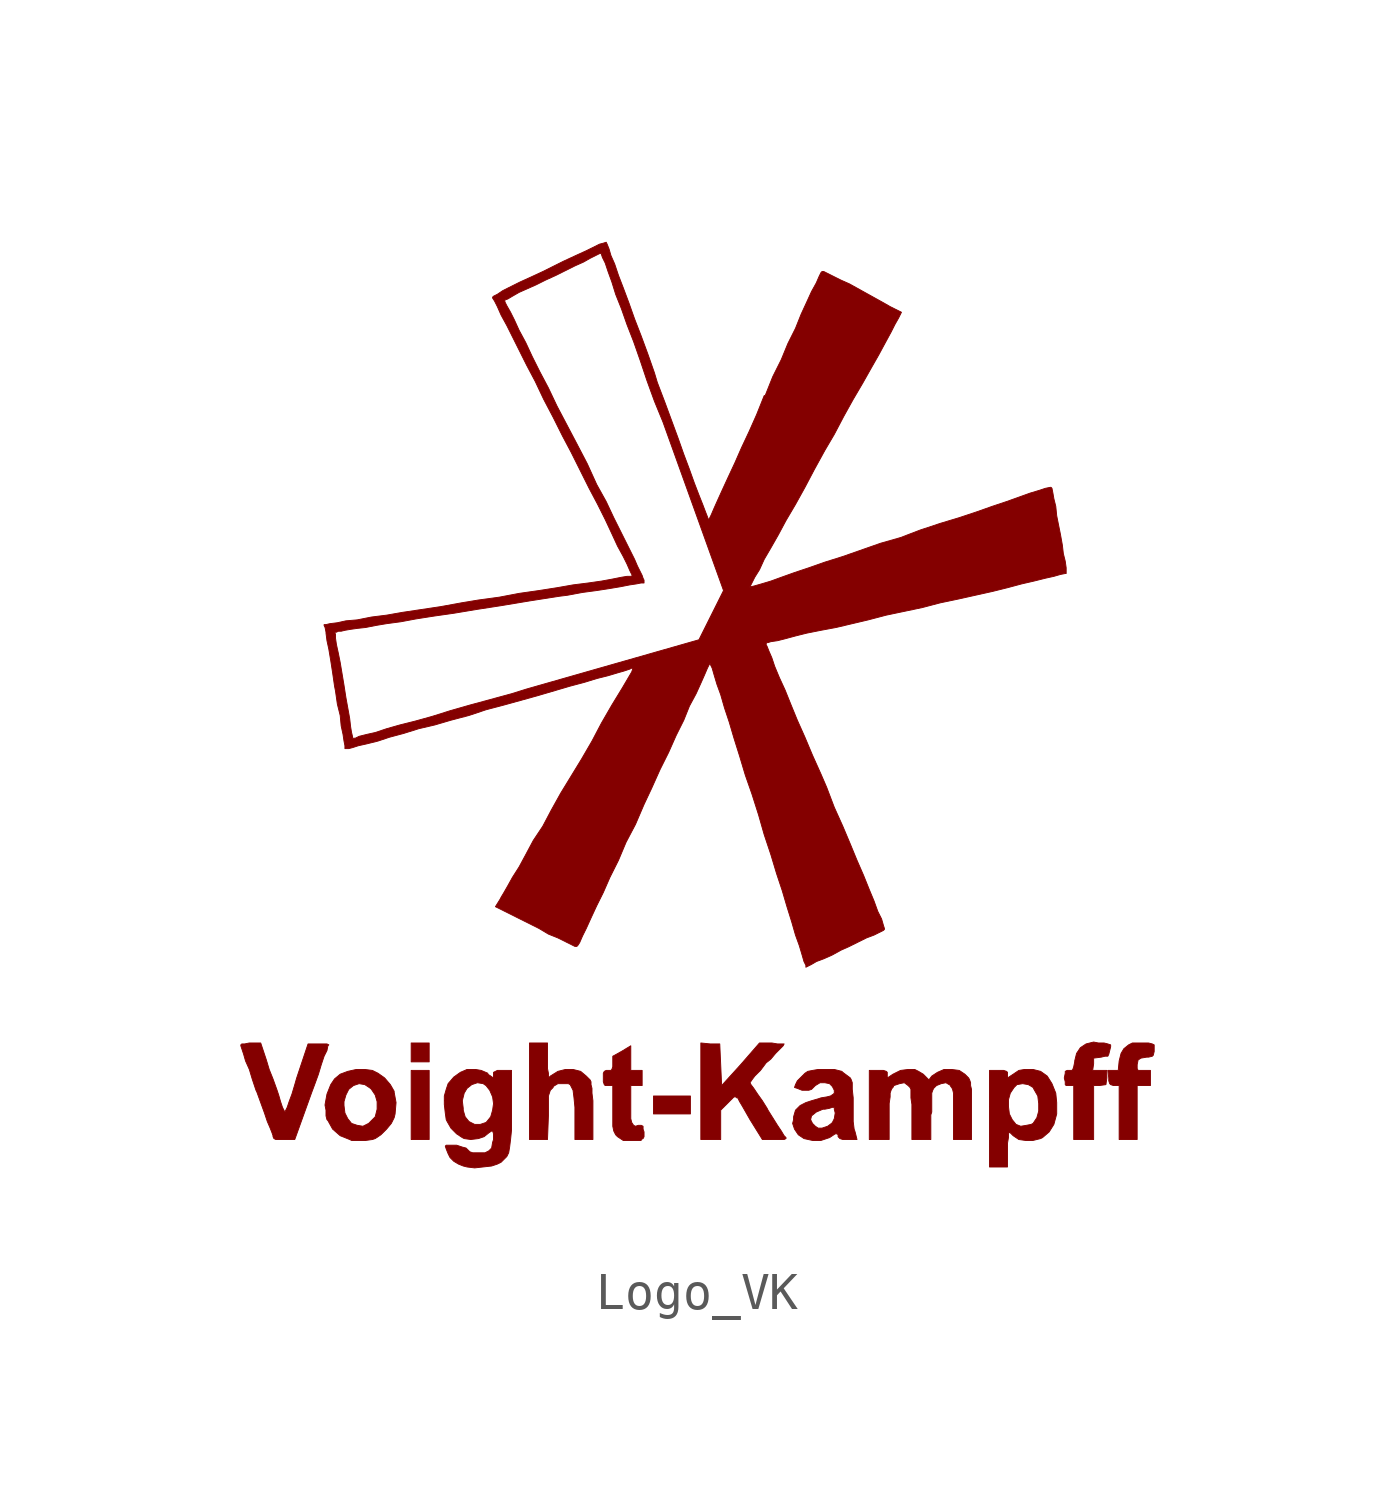
<source format=kicad_sym>
(kicad_symbol_lib
  (version 20201005)
  (generator kicad_symbol_editor)
  (symbol "NB3_power:Logo_VK"
    (pin_names
      (offset 1.016))
    (property "Reference" "#G"
      (at 0 -13.97 0)
      (effects (font (size 1.27 1.27)) hide))
    (symbol "Logo_VK_0_0"
      (polyline (pts (xy -7.188 -9.83) (xy -7.671 -9.83) (xy -7.671 -11.684) (xy -7.188 -11.684) (xy -7.188 -9.83)) (stroke (width 0.025)) (fill (type outline)))
      (polyline (pts (xy -7.188 -9.093) (xy -7.671 -9.093) (xy -7.671 -9.601) (xy -7.188 -9.601) (xy -7.188 -9.093)) (stroke (width 0.025)) (fill (type outline)))
      (polyline (pts (xy -0.178 -10.516) (xy -1.168 -10.516) (xy -1.168 -10.998) (xy -0.178 -10.998) (xy -0.178 -10.516)) (stroke (width 0.025)) (fill (type outline)))
      (polyline (pts (xy 11.811 -10.236) (xy 12.167 -10.236) (xy 12.167 -9.83) (xy 11.836 -9.83) (xy 11.811 -9.779) (xy 11.811 -9.677) (xy 11.836 -9.55) (xy 11.913 -9.5) (xy 12.065 -9.474) (xy 12.116 -9.474) (xy 12.217 -9.449) (xy 12.243 -9.423) (xy 12.268 -9.322) (xy 12.268 -9.144) (xy 12.217 -9.119) (xy 12.116 -9.093) (xy 11.684 -9.093) (xy 11.582 -9.144) (xy 11.455 -9.246) (xy 11.379 -9.373) (xy 11.328 -9.576) (xy 11.303 -9.83) (xy 11.024 -9.83) (xy 11.049 -10.033) (xy 11.049 -10.109) (xy 11.074 -10.185) (xy 11.1 -10.211) (xy 11.176 -10.236) (xy 11.328 -10.236) (xy 11.328 -11.684) (xy 11.811 -11.684) (xy 11.811 -10.236)) (stroke (width 0.025)) (fill (type outline)))
      (polyline (pts (xy -3.988 -11.049) (xy -3.988 -10.516) (xy -3.937 -10.363) (xy -3.861 -10.287) (xy -3.861 -10.262) (xy -3.734 -10.185) (xy -3.454 -10.185) (xy -3.404 -10.211) (xy -3.327 -10.363) (xy -3.302 -10.566) (xy -3.277 -10.82) (xy -3.277 -11.684) (xy -2.794 -11.684) (xy -2.794 -10.643) (xy -2.819 -10.439) (xy -2.819 -10.312) (xy -2.845 -10.211) (xy -2.845 -10.135) (xy -2.87 -10.084) (xy -2.972 -9.982) (xy -3.124 -9.855) (xy -3.327 -9.804) (xy -3.531 -9.804) (xy -3.734 -9.855) (xy -3.937 -9.982) (xy -3.962 -10.008) (xy -3.988 -10.008) (xy -3.988 -9.906) (xy -4.013 -9.779) (xy -4.013 -9.093) (xy -4.496 -9.093) (xy -4.496 -11.684) (xy -4.013 -11.684) (xy -3.988 -11.049)) (stroke (width 0.025)) (fill (type outline)))
      (polyline (pts (xy -1.499 -11.684) (xy -1.448 -11.659) (xy -1.422 -11.608) (xy -1.422 -11.481) (xy -1.448 -11.405) (xy -1.448 -11.328) (xy -1.499 -11.303) (xy -1.575 -11.303) (xy -1.651 -11.328) (xy -1.702 -11.303) (xy -1.753 -11.227) (xy -1.778 -11.125) (xy -1.778 -10.236) (xy -1.473 -10.236) (xy -1.473 -9.83) (xy -1.778 -9.83) (xy -1.778 -9.169) (xy -2.032 -9.322) (xy -2.261 -9.449) (xy -2.261 -9.728) (xy -2.286 -9.804) (xy -2.311 -9.83) (xy -2.438 -9.83) (xy -2.489 -9.855) (xy -2.515 -9.906) (xy -2.515 -10.135) (xy -2.489 -10.211) (xy -2.464 -10.236) (xy -2.261 -10.236) (xy -2.261 -11.328) (xy -2.235 -11.455) (xy -2.184 -11.557) (xy -2.134 -11.608) (xy -1.981 -11.709) (xy -1.499 -11.709) (xy -1.499 -11.684)) (stroke (width 0.025)) (fill (type outline)))
      (polyline (pts (xy 10.643 -10.236) (xy 10.795 -10.236) (xy 10.973 -10.211) (xy 10.998 -10.033) (xy 10.998 -9.83) (xy 10.617 -9.83) (xy 10.643 -9.652) (xy 10.643 -9.5) (xy 10.846 -9.474) (xy 10.947 -9.449) (xy 11.024 -9.449) (xy 11.049 -9.398) (xy 11.1 -9.195) (xy 11.1 -9.144) (xy 11.024 -9.119) (xy 10.922 -9.093) (xy 10.77 -9.093) (xy 10.643 -9.068) (xy 10.439 -9.119) (xy 10.287 -9.22) (xy 10.185 -9.373) (xy 10.135 -9.576) (xy 10.135 -9.601) (xy 10.109 -9.728) (xy 10.084 -9.804) (xy 10.058 -9.83) (xy 9.931 -9.83) (xy 9.881 -9.855) (xy 9.881 -9.906) (xy 9.855 -10.033) (xy 9.881 -10.135) (xy 9.881 -10.211) (xy 9.906 -10.236) (xy 10.109 -10.236) (xy 10.109 -11.684) (xy 10.643 -11.684) (xy 10.643 -10.236)) (stroke (width 0.025)) (fill (type outline)))
      (polyline (pts (xy 0.635 -10.897) (xy 0.991 -10.541) (xy 1.041 -10.541) (xy 1.067 -10.566) (xy 1.092 -10.566) (xy 1.143 -10.668) (xy 1.219 -10.795) (xy 1.422 -11.151) (xy 1.753 -11.684) (xy 2.337 -11.684) (xy 2.388 -11.659) (xy 2.388 -11.633) (xy 2.337 -11.582) (xy 2.261 -11.455) (xy 2.159 -11.303) (xy 1.905 -10.897) (xy 1.88 -10.846) (xy 1.753 -10.643) (xy 1.626 -10.465) (xy 1.524 -10.312) (xy 1.448 -10.211) (xy 1.422 -10.16) (xy 1.473 -10.084) (xy 1.549 -9.982) (xy 1.702 -9.83) (xy 1.854 -9.627) (xy 1.981 -9.525) (xy 2.108 -9.373) (xy 2.311 -9.169) (xy 2.337 -9.119) (xy 2.159 -9.119) (xy 2.007 -9.093) (xy 1.676 -9.093) (xy 1.168 -9.677) (xy 0.66 -10.236) (xy 0.61 -9.119) (xy 0.356 -9.119) (xy 0.102 -9.093) (xy 0.102 -11.684) (xy 0.635 -11.684) (xy 0.635 -10.897)) (stroke (width 0.025)) (fill (type outline)))
      (polyline (pts (xy -10.338 -10.414) (xy -10.262 -10.211) (xy -10.16 -9.931) (xy -10.084 -9.677) (xy -10.008 -9.449) (xy -9.931 -9.296) (xy -9.906 -9.169) (xy -9.881 -9.144) (xy -9.931 -9.119) (xy -10.439 -9.119) (xy -10.744 -10.033) (xy -10.795 -10.211) (xy -10.871 -10.465) (xy -10.947 -10.668) (xy -10.998 -10.82) (xy -11.049 -10.922) (xy -11.049 -10.947) (xy -11.074 -10.922) (xy -11.125 -10.82) (xy -11.176 -10.668) (xy -11.227 -10.49) (xy -11.278 -10.338) (xy -11.379 -10.058) (xy -11.481 -9.804) (xy -11.557 -9.55) (xy -11.709 -9.093) (xy -12.014 -9.093) (xy -12.141 -9.119) (xy -12.217 -9.119) (xy -12.243 -9.144) (xy -12.243 -9.169) (xy -12.167 -9.398) (xy -12.116 -9.576) (xy -12.014 -9.804) (xy -11.938 -10.058) (xy -11.836 -10.363) (xy -11.811 -10.414) (xy -11.608 -10.973) (xy -11.532 -11.201) (xy -11.455 -11.379) (xy -11.405 -11.506) (xy -11.379 -11.582) (xy -11.379 -11.608) (xy -11.354 -11.659) (xy -11.303 -11.684) (xy -10.795 -11.684) (xy -10.338 -10.414)) (stroke (width 0.025)) (fill (type outline)))
      (polyline (pts (xy 8.331 -11.786) (xy 8.357 -11.633) (xy 8.357 -11.532) (xy 8.382 -11.481) (xy 8.484 -11.582) (xy 8.636 -11.684) (xy 8.814 -11.709) (xy 9.017 -11.709) (xy 9.22 -11.659) (xy 9.271 -11.633) (xy 9.449 -11.481) (xy 9.576 -11.278) (xy 9.652 -10.998) (xy 9.652 -10.693) (xy 9.627 -10.439) (xy 9.525 -10.185) (xy 9.398 -9.982) (xy 9.22 -9.855) (xy 9.017 -9.804) (xy 8.788 -9.804) (xy 8.636 -9.83) (xy 8.331 -10.033) (xy 8.331 -9.881) (xy 8.306 -9.855) (xy 8.23 -9.83) (xy 7.849 -9.83) (xy 7.849 -10.795) (xy 8.357 -10.795) (xy 8.357 -10.617) (xy 8.407 -10.439) (xy 8.509 -10.287) (xy 8.585 -10.211) (xy 8.738 -10.185) (xy 8.89 -10.211) (xy 9.017 -10.287) (xy 9.042 -10.338) (xy 9.144 -10.516) (xy 9.169 -10.719) (xy 9.169 -10.922) (xy 9.119 -11.1) (xy 9.017 -11.252) (xy 8.966 -11.278) (xy 8.839 -11.303) (xy 8.687 -11.328) (xy 8.56 -11.278) (xy 8.458 -11.151) (xy 8.382 -10.998) (xy 8.357 -10.795) (xy 7.849 -10.795) (xy 7.849 -12.421) (xy 8.331 -12.421) (xy 8.331 -11.786)) (stroke (width 0.025)) (fill (type outline)))
      (polyline (pts (xy -8.712 -11.684) (xy -8.636 -11.659) (xy -8.484 -11.557) (xy -8.331 -11.405) (xy -8.204 -11.252) (xy -8.128 -11.1) (xy -8.103 -10.998) (xy -8.077 -10.693) (xy -8.128 -10.414) (xy -8.128 -10.389) (xy -8.23 -10.211) (xy -8.382 -10.033) (xy -8.56 -9.906) (xy -8.712 -9.83) (xy -8.915 -9.804) (xy -9.144 -9.804) (xy -9.373 -9.855) (xy -9.576 -9.931) (xy -9.728 -10.058) (xy -9.83 -10.211) (xy -9.931 -10.465) (xy -9.982 -10.744) (xy -9.982 -10.77) (xy -9.474 -10.77) (xy -9.474 -10.668) (xy -9.423 -10.49) (xy -9.347 -10.338) (xy -9.22 -10.236) (xy -9.068 -10.185) (xy -8.915 -10.211) (xy -8.763 -10.312) (xy -8.738 -10.338) (xy -8.636 -10.49) (xy -8.585 -10.668) (xy -8.585 -10.871) (xy -8.636 -11.074) (xy -8.814 -11.252) (xy -8.966 -11.328) (xy -9.119 -11.303) (xy -9.271 -11.252) (xy -9.373 -11.125) (xy -9.449 -10.973) (xy -9.474 -10.77) (xy -9.982 -10.77) (xy -9.957 -10.897) (xy -9.957 -11.049) (xy -9.931 -11.151) (xy -9.906 -11.176) (xy -9.779 -11.405) (xy -9.576 -11.582) (xy -9.322 -11.684) (xy -9.271 -11.709) (xy -8.89 -11.709) (xy -8.712 -11.684)) (stroke (width 0.025)) (fill (type outline)))
      (polyline (pts (xy 5.156 -10.719) (xy 5.182 -10.541) (xy 5.182 -10.439) (xy 5.207 -10.363) (xy 5.232 -10.312) (xy 5.258 -10.287) (xy 5.283 -10.236) (xy 5.436 -10.185) (xy 5.563 -10.16) (xy 5.664 -10.236) (xy 5.715 -10.287) (xy 5.74 -10.338) (xy 5.74 -10.566) (xy 5.766 -10.744) (xy 5.766 -11.684) (xy 6.274 -11.684) (xy 6.274 -11.024) (xy 6.299 -10.947) (xy 6.299 -10.439) (xy 6.325 -10.363) (xy 6.35 -10.312) (xy 6.426 -10.236) (xy 6.553 -10.185) (xy 6.68 -10.16) (xy 6.807 -10.236) (xy 6.807 -10.262) (xy 6.833 -10.287) (xy 6.858 -10.338) (xy 6.883 -10.439) (xy 6.883 -11.684) (xy 7.366 -11.684) (xy 7.366 -10.338) (xy 7.341 -10.236) (xy 7.341 -10.16) (xy 7.315 -10.084) (xy 7.29 -10.033) (xy 7.188 -9.931) (xy 7.036 -9.83) (xy 6.833 -9.804) (xy 6.629 -9.804) (xy 6.452 -9.881) (xy 6.299 -9.982) (xy 6.223 -10.084) (xy 6.071 -9.931) (xy 5.944 -9.855) (xy 5.842 -9.804) (xy 5.664 -9.804) (xy 5.461 -9.83) (xy 5.258 -9.931) (xy 5.105 -10.033) (xy 5.105 -9.881) (xy 5.08 -9.855) (xy 5.004 -9.83) (xy 4.623 -9.83) (xy 4.623 -11.684) (xy 5.156 -11.684) (xy 5.156 -10.719)) (stroke (width 0.025)) (fill (type outline)))
      (polyline (pts (xy 3.556 -11.633) (xy 3.708 -11.532) (xy 3.759 -11.532) (xy 3.785 -11.557) (xy 3.785 -11.608) (xy 3.835 -11.659) (xy 3.912 -11.684) (xy 4.293 -11.684) (xy 4.242 -11.481) (xy 4.216 -11.405) (xy 4.191 -11.201) (xy 4.191 -10.566) (xy 4.166 -10.338) (xy 4.166 -10.16) (xy 4.14 -10.084) (xy 4.115 -10.033) (xy 3.912 -9.881) (xy 3.886 -9.855) (xy 3.683 -9.804) (xy 3.251 -9.804) (xy 3.099 -9.83) (xy 2.972 -9.855) (xy 2.896 -9.906) (xy 2.692 -10.109) (xy 2.642 -10.211) (xy 2.616 -10.287) (xy 2.692 -10.312) (xy 2.819 -10.363) (xy 2.997 -10.363) (xy 3.073 -10.338) (xy 3.175 -10.236) (xy 3.302 -10.16) (xy 3.429 -10.16) (xy 3.556 -10.185) (xy 3.632 -10.262) (xy 3.683 -10.363) (xy 3.683 -10.439) (xy 3.658 -10.465) (xy 3.581 -10.516) (xy 3.48 -10.541) (xy 3.327 -10.566) (xy 3.251 -10.592) (xy 3.073 -10.643) (xy 2.921 -10.693) (xy 2.769 -10.77) (xy 2.642 -10.897) (xy 2.591 -11.074) (xy 2.591 -11.151) (xy 3.048 -11.151) (xy 3.073 -11.049) (xy 3.2 -10.947) (xy 3.378 -10.871) (xy 3.429 -10.871) (xy 3.556 -10.846) (xy 3.632 -10.82) (xy 3.683 -10.82) (xy 3.683 -10.871) (xy 3.708 -10.973) (xy 3.683 -11.125) (xy 3.632 -11.227) (xy 3.607 -11.252) (xy 3.505 -11.328) (xy 3.353 -11.379) (xy 3.251 -11.379) (xy 3.175 -11.328) (xy 3.099 -11.252) (xy 3.048 -11.151) (xy 2.591 -11.151) (xy 2.565 -11.252) (xy 2.616 -11.405) (xy 2.718 -11.557) (xy 2.87 -11.659) (xy 3.099 -11.709) (xy 3.327 -11.709) (xy 3.556 -11.633)) (stroke (width 0.025)) (fill (type outline)))
      (polyline (pts (xy -5.512 -12.395) (xy -5.359 -12.344) (xy -5.258 -12.294) (xy -5.105 -12.141) (xy -5.055 -12.04) (xy -5.029 -11.887) (xy -5.004 -11.684) (xy -4.978 -11.43) (xy -4.978 -9.83) (xy -5.359 -9.83) (xy -5.461 -9.881) (xy -5.461 -10.033) (xy -5.613 -9.931) (xy -5.613 -9.906) (xy -5.791 -9.83) (xy -5.944 -9.804) (xy -6.172 -9.804) (xy -6.35 -9.881) (xy -6.528 -10.008) (xy -6.68 -10.185) (xy -6.731 -10.338) (xy -6.782 -10.516) (xy -6.782 -10.643) (xy -6.299 -10.643) (xy -6.248 -10.439) (xy -6.172 -10.312) (xy -6.045 -10.211) (xy -5.893 -10.16) (xy -5.74 -10.185) (xy -5.664 -10.236) (xy -5.563 -10.363) (xy -5.486 -10.541) (xy -5.461 -10.719) (xy -5.486 -10.897) (xy -5.537 -11.074) (xy -5.639 -11.201) (xy -5.664 -11.227) (xy -5.817 -11.278) (xy -5.969 -11.278) (xy -6.121 -11.201) (xy -6.223 -11.074) (xy -6.274 -10.897) (xy -6.274 -10.846) (xy -6.299 -10.643) (xy -6.782 -10.643) (xy -6.782 -10.744) (xy -6.756 -10.973) (xy -6.731 -11.151) (xy -6.706 -11.201) (xy -6.604 -11.379) (xy -6.452 -11.532) (xy -6.299 -11.633) (xy -6.248 -11.659) (xy -6.071 -11.684) (xy -5.867 -11.659) (xy -5.715 -11.608) (xy -5.588 -11.506) (xy -5.512 -11.455) (xy -5.486 -11.455) (xy -5.461 -11.532) (xy -5.461 -11.684) (xy -5.486 -11.76) (xy -5.512 -11.913) (xy -5.588 -11.989) (xy -5.69 -12.04) (xy -6.02 -12.04) (xy -6.096 -12.014) (xy -6.198 -11.913) (xy -6.299 -11.887) (xy -6.452 -11.836) (xy -6.731 -11.836) (xy -6.756 -11.862) (xy -6.731 -11.938) (xy -6.68 -12.065) (xy -6.629 -12.167) (xy -6.528 -12.268) (xy -6.401 -12.344) (xy -6.274 -12.395) (xy -6.172 -12.421) (xy -5.969 -12.446) (xy -5.512 -12.395)) (stroke (width 0.025)) (fill (type outline)))
      (polyline (pts (xy 3.073 -6.985) (xy 3.2 -6.909) (xy 3.404 -6.833) (xy 3.632 -6.731) (xy 3.861 -6.604) (xy 4.089 -6.502) (xy 4.547 -6.274) (xy 4.75 -6.198) (xy 5.004 -6.071) (xy 5.029 -6.045) (xy 5.029 -6.02) (xy 5.004 -5.944) (xy 4.953 -5.766) (xy 4.851 -5.563) (xy 4.75 -5.283) (xy 4.623 -4.978) (xy 4.47 -4.597) (xy 4.293 -4.191) (xy 4.115 -3.759) (xy 3.912 -3.277) (xy 3.683 -2.769) (xy 3.48 -2.235) (xy 3.327 -1.88) (xy 3.099 -1.372) (xy 2.896 -0.889) (xy 2.692 -0.432) (xy 2.515 0) (xy 2.362 0.381) (xy 2.21 0.711) (xy 2.083 1.016) (xy 2.007 1.245) (xy 1.93 1.422) (xy 1.88 1.549) (xy 1.854 1.6) (xy 1.854 1.626) (xy 1.88 1.651) (xy 1.905 1.651) (xy 1.981 1.676) (xy 2.159 1.702) (xy 2.362 1.753) (xy 2.642 1.829) (xy 2.946 1.905) (xy 3.327 1.981) (xy 3.734 2.057) (xy 4.597 2.261) (xy 5.08 2.388) (xy 6.045 2.591) (xy 6.528 2.718) (xy 7.01 2.819) (xy 7.925 3.023) (xy 8.331 3.124) (xy 8.712 3.226) (xy 9.042 3.302) (xy 9.347 3.378) (xy 9.576 3.429) (xy 9.754 3.48) (xy 9.881 3.505) (xy 9.906 3.505) (xy 9.906 3.658) (xy 9.881 3.835) (xy 9.83 4.039) (xy 9.804 4.267) (xy 9.754 4.547) (xy 9.652 5.055) (xy 9.627 5.309) (xy 9.576 5.512) (xy 9.55 5.664) (xy 9.525 5.791) (xy 9.5 5.817) (xy 9.474 5.817) (xy 9.347 5.791) (xy 9.195 5.74) (xy 8.941 5.664) (xy 8.661 5.563) (xy 8.306 5.436) (xy 7.925 5.309) (xy 7.493 5.156) (xy 7.036 5.004) (xy 6.528 4.851) (xy 5.994 4.674) (xy 5.461 4.47) (xy 4.928 4.318) (xy 3.912 3.962) (xy 3.429 3.81) (xy 2.997 3.658) (xy 2.616 3.531) (xy 2.261 3.404) (xy 1.981 3.302) (xy 1.727 3.226) (xy 1.549 3.175) (xy 1.448 3.15) (xy 1.397 3.124) (xy 1.422 3.15) (xy 1.549 3.404) (xy 1.676 3.607) (xy 1.803 3.886) (xy 1.981 4.191) (xy 2.184 4.547) (xy 2.388 4.928) (xy 2.642 5.359) (xy 2.896 5.817) (xy 3.15 6.299) (xy 3.429 6.807) (xy 3.683 7.239) (xy 3.937 7.722) (xy 4.191 8.179) (xy 4.445 8.611) (xy 4.674 9.017) (xy 4.877 9.373) (xy 5.055 9.703) (xy 5.207 9.982) (xy 5.309 10.185) (xy 5.41 10.363) (xy 5.486 10.516) (xy 5.182 10.668) (xy 5.004 10.77) (xy 4.089 11.278) (xy 3.861 11.379) (xy 3.404 11.608) (xy 3.353 11.608) (xy 3.327 11.582) (xy 3.277 11.481) (xy 3.2 11.303) (xy 3.073 11.074) (xy 2.946 10.795) (xy 2.794 10.465) (xy 2.642 10.084) (xy 2.438 9.677) (xy 2.261 9.246) (xy 2.032 8.788) (xy 1.829 8.28) (xy 1.803 8.28) (xy 1.6 7.772) (xy 1.397 7.315) (xy 1.194 6.883) (xy 1.016 6.477) (xy 0.838 6.096) (xy 0.686 5.766) (xy 0.559 5.486) (xy 0.457 5.258) (xy 0.381 5.08) (xy 0.33 4.978) (xy 0.305 4.953) (xy 0.279 5.029) (xy 0.229 5.156) (xy 0.152 5.359) (xy 0.051 5.613) (xy -0.076 5.944) (xy -0.203 6.299) (xy -0.356 6.706) (xy -0.508 7.137) (xy -0.864 8.103) (xy -1.067 8.636) (xy -1.143 8.89) (xy -1.321 9.398) (xy -1.499 9.881) (xy -1.676 10.338) (xy -1.829 10.77) (xy -1.981 11.176) (xy -2.108 11.506) (xy -2.21 11.811) (xy -2.311 12.04) (xy -2.362 12.217) (xy -2.413 12.344) (xy -2.438 12.395) (xy -2.515 12.37) (xy -2.616 12.344) (xy -2.972 12.167) (xy -3.251 12.04) (xy -3.581 11.887) (xy -4.14 11.608) (xy -4.47 11.455) (xy -4.75 11.328) (xy -5.207 11.1) (xy -5.359 10.998) (xy -5.461 10.947) (xy -5.486 10.922) (xy -5.486 10.897) (xy -5.436 10.82) (xy -5.359 10.668) (xy -5.258 10.439) (xy -5.105 10.16) (xy -4.572 9.093) (xy -4.343 8.661) (xy -4.115 8.179) (xy -3.861 7.696) (xy -3.607 7.188) (xy -3.378 6.756) (xy -2.896 5.791) (xy -2.667 5.359) (xy -2.464 4.953) (xy -2.286 4.572) (xy -2.134 4.242) (xy -1.981 3.962) (xy -1.88 3.759) (xy -1.803 3.581) (xy -1.753 3.48) (xy -1.727 3.454) (xy -1.778 3.429) (xy -1.88 3.429) (xy -2.032 3.404) (xy -2.286 3.353) (xy -2.565 3.302) (xy -2.921 3.251) (xy -3.327 3.2) (xy -3.759 3.124) (xy -4.242 3.048) (xy -4.775 2.972) (xy -5.309 2.87) (xy -5.867 2.794) (xy -6.325 2.718) (xy -6.883 2.616) (xy -7.899 2.464) (xy -8.331 2.388) (xy -8.738 2.337) (xy -9.119 2.261) (xy -9.423 2.235) (xy -9.652 2.184) (xy -9.855 2.159) (xy -9.957 2.134) (xy -10.008 2.134) (xy -10.008 2.108) (xy -9.982 2.057) (xy -9.957 1.93) (xy -9.728 1.93) (xy -9.677 1.93) (xy -9.627 1.956) (xy -9.55 1.956) (xy -9.449 1.981) (xy -9.296 2.007) (xy -9.119 2.032) (xy -8.89 2.057) (xy -8.636 2.108) (xy -8.331 2.159) (xy -7.95 2.21) (xy -7.544 2.286) (xy -7.061 2.362) (xy -6.528 2.438) (xy -5.918 2.54) (xy -5.258 2.642) (xy -4.496 2.769) (xy -3.683 2.896) (xy -3.48 2.921) (xy -3.073 2.997) (xy -2.692 3.048) (xy -2.362 3.099) (xy -2.057 3.15) (xy -1.803 3.2) (xy -1.626 3.226) (xy -1.499 3.251) (xy -1.422 3.251) (xy -1.422 3.327) (xy -1.448 3.378) (xy -1.473 3.454) (xy -1.6 3.708) (xy -1.676 3.886) (xy -2.235 5.004) (xy -2.438 5.436) (xy -2.692 5.893) (xy -2.946 6.452) (xy -3.251 7.036) (xy -3.759 8.001) (xy -3.988 8.484) (xy -4.216 8.915) (xy -4.42 9.322) (xy -4.597 9.703) (xy -4.775 10.033) (xy -4.902 10.312) (xy -5.004 10.516) (xy -5.105 10.693) (xy -5.156 10.795) (xy -5.156 10.846) (xy -5.08 10.871) (xy -4.953 10.947) (xy -4.775 11.049) (xy -4.318 11.252) (xy -4.064 11.379) (xy -3.785 11.506) (xy -3.277 11.76) (xy -3.048 11.862) (xy -2.87 11.963) (xy -2.616 12.09) (xy -2.565 12.09) (xy -2.565 12.065) (xy -2.54 11.989) (xy -2.464 11.836) (xy -2.388 11.608) (xy -2.286 11.328) (xy -2.184 10.998) (xy -2.032 10.617) (xy -1.88 10.185) (xy -1.702 9.728) (xy -1.524 9.22) (xy -1.346 8.687) (xy -1.143 8.128) (xy -0.914 7.569) (xy 0.711 3.048) (xy 0.051 1.727) (xy -4.572 0.406) (xy -4.978 0.279) (xy -6.096 -0.025) (xy -6.629 -0.178) (xy -7.112 -0.33) (xy -7.569 -0.457) (xy -7.976 -0.559) (xy -8.331 -0.66) (xy -8.636 -0.762) (xy -8.865 -0.813) (xy -9.068 -0.864) (xy -9.169 -0.914) (xy -9.246 -0.914) (xy -9.246 -0.864) (xy -9.271 -0.762) (xy -9.296 -0.61) (xy -9.322 -0.381) (xy -9.423 0.178) (xy -9.474 0.508) (xy -9.576 1.118) (xy -9.627 1.372) (xy -9.677 1.6) (xy -9.703 1.778) (xy -9.703 1.88) (xy -9.728 1.93) (xy -9.957 1.93) (xy -9.957 1.905) (xy -9.931 1.702) (xy -9.881 1.473) (xy -9.83 1.168) (xy -9.779 0.838) (xy -9.728 0.483) (xy -9.703 0.356) (xy -9.652 0) (xy -9.576 -0.305) (xy -9.55 -0.584) (xy -9.5 -0.813) (xy -9.474 -0.991) (xy -9.449 -1.118) (xy -9.449 -1.194) (xy -9.347 -1.194) (xy -9.246 -1.168) (xy -9.093 -1.118) (xy -8.865 -1.067) (xy -8.56 -0.991) (xy -8.255 -0.889) (xy -7.874 -0.787) (xy -7.468 -0.66) (xy -7.036 -0.559) (xy -6.604 -0.432) (xy -6.121 -0.305) (xy -5.664 -0.152) (xy -5.182 -0.025) (xy -4.267 0.229) (xy -3.404 0.483) (xy -3.023 0.584) (xy -2.692 0.686) (xy -2.388 0.762) (xy -2.134 0.838) (xy -1.956 0.889) (xy -1.803 0.94) (xy -1.753 0.965) (xy -1.727 0.965) (xy -1.727 0.94) (xy -1.753 0.864) (xy -2.007 0.432) (xy -2.286 -0.025) (xy -2.565 -0.508) (xy -2.819 -0.991) (xy -3.099 -1.473) (xy -3.658 -2.388) (xy -3.912 -2.845) (xy -4.14 -3.277) (xy -4.394 -3.658) (xy -4.597 -4.039) (xy -4.775 -4.369) (xy -4.953 -4.648) (xy -5.08 -4.877) (xy -5.182 -5.055) (xy -5.258 -5.182) (xy -5.283 -5.232) (xy -5.41 -5.436) (xy -4.242 -6.02) (xy -3.988 -6.172) (xy -3.734 -6.274) (xy -3.277 -6.502) (xy -3.226 -6.502) (xy -3.2 -6.477) (xy -3.15 -6.401) (xy -3.073 -6.223) (xy -2.972 -6.02) (xy -2.845 -5.74) (xy -2.692 -5.41) (xy -2.515 -5.055) (xy -2.337 -4.648) (xy -2.108 -4.191) (xy -1.905 -3.708) (xy -1.651 -3.226) (xy -1.422 -2.692) (xy -1.219 -2.261) (xy -0.991 -1.753) (xy -0.762 -1.295) (xy -0.559 -0.838) (xy -0.356 -0.432) (xy -0.203 -0.051) (xy -0.025 0.279) (xy 0.102 0.559) (xy 0.203 0.787) (xy 0.279 0.965) (xy 0.33 1.067) (xy 0.356 1.092) (xy 0.356 1.067) (xy 0.406 0.965) (xy 0.457 0.787) (xy 0.533 0.533) (xy 0.635 0.254) (xy 0.737 -0.102) (xy 0.864 -0.483) (xy 0.991 -0.914) (xy 1.143 -1.397) (xy 1.295 -1.905) (xy 1.473 -2.413) (xy 1.651 -2.972) (xy 1.803 -3.505) (xy 1.981 -4.039) (xy 2.134 -4.547) (xy 2.286 -5.004) (xy 2.413 -5.436) (xy 2.54 -5.842) (xy 2.642 -6.198) (xy 2.743 -6.477) (xy 2.819 -6.731) (xy 2.87 -6.909) (xy 2.921 -7.01) (xy 2.921 -7.061) (xy 3.073 -6.985)) (stroke (width 0.025)) (fill (type outline))))))
</source>
